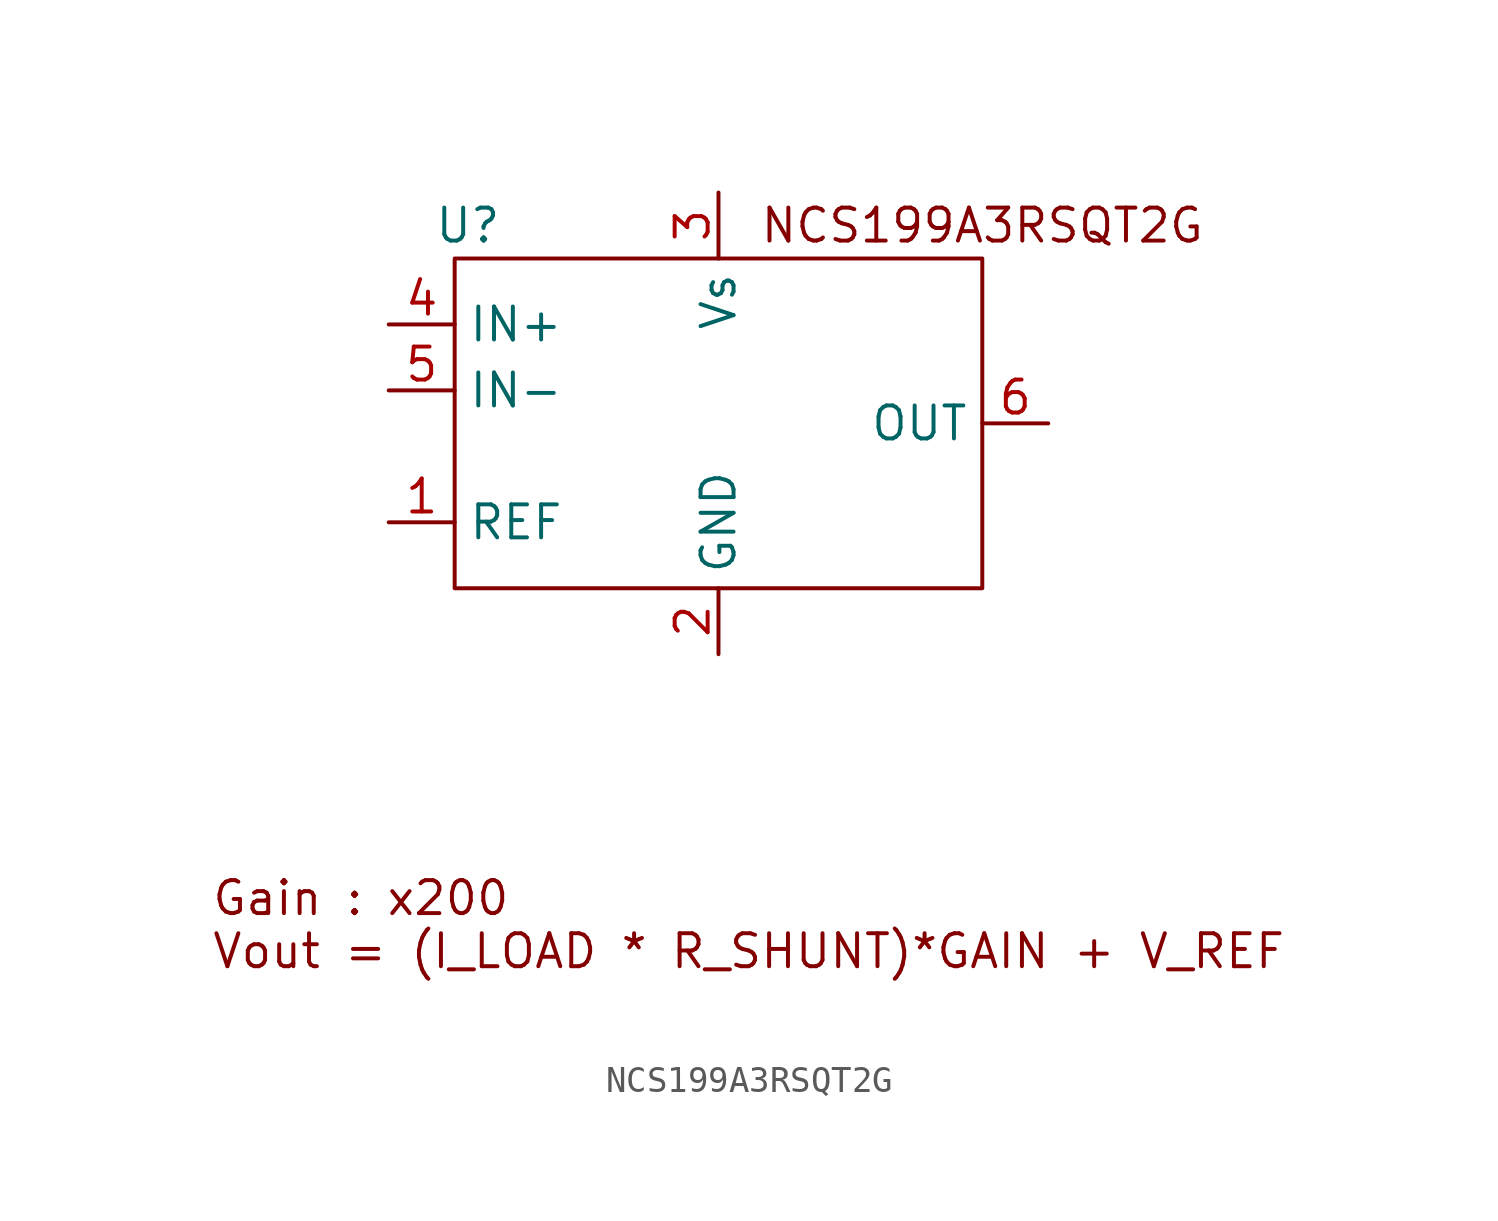
<source format=kicad_sym>
(kicad_symbol_lib
  (version 20231120)
  (generator "kicad_symbol_editor")
  (generator_version "8.0")
  (symbol "NCS199A3RSQT2G"
    (property "Reference" "U"
      (at -9.652 7.62 0)
      (effects (font (size 1.27 1.27))))
    (property "Value" ""
      (at 0 0 0)
      (effects (font (size 1.27 1.27))))
    (symbol "NCS199A3RSQT2G_1_1"
      (rectangle (start -10.16 6.35) (end 10.16 -6.35) (stroke (width 0) (type default)) (fill (type none)))
      (text "Gain : x200\nVout = (I_LOAD * R_SHUNT)*GAIN + V_REF" (at -19.558 -19.304 0) (effects (font (size 1.27 1.27)) (justify left)))
      (text "NCS199A3RSQT2G" (at 10.16 7.62 0) (effects (font (size 1.27 1.27))))
      (pin input line (at -12.7 -3.81 0) (length 2.54) (name "REF" (effects (font (size 1.27 1.27)))) (number "1" (effects (font (size 1.27 1.27)))))
      (pin power_in line (at 0 -8.89 90) (length 2.54) (name "GND" (effects (font (size 1.27 1.27)))) (number "2" (effects (font (size 1.27 1.27)))))
      (pin power_in line (at 0 8.89 270) (length 2.54) (name "Vs" (effects (font (size 1.27 1.27)))) (number "3" (effects (font (size 1.27 1.27)))))
      (pin input line (at -12.7 3.81 0) (length 2.54) (name "IN+" (effects (font (size 1.27 1.27)))) (number "4" (effects (font (size 1.27 1.27)))))
      (pin input line (at -12.7 1.27 0) (length 2.54) (name "IN-" (effects (font (size 1.27 1.27)))) (number "5" (effects (font (size 1.27 1.27)))))
      (pin output line (at 12.7 0 180) (length 2.54) (name "OUT" (effects (font (size 1.27 1.27)))) (number "6" (effects (font (size 1.27 1.27))))))))
</source>
